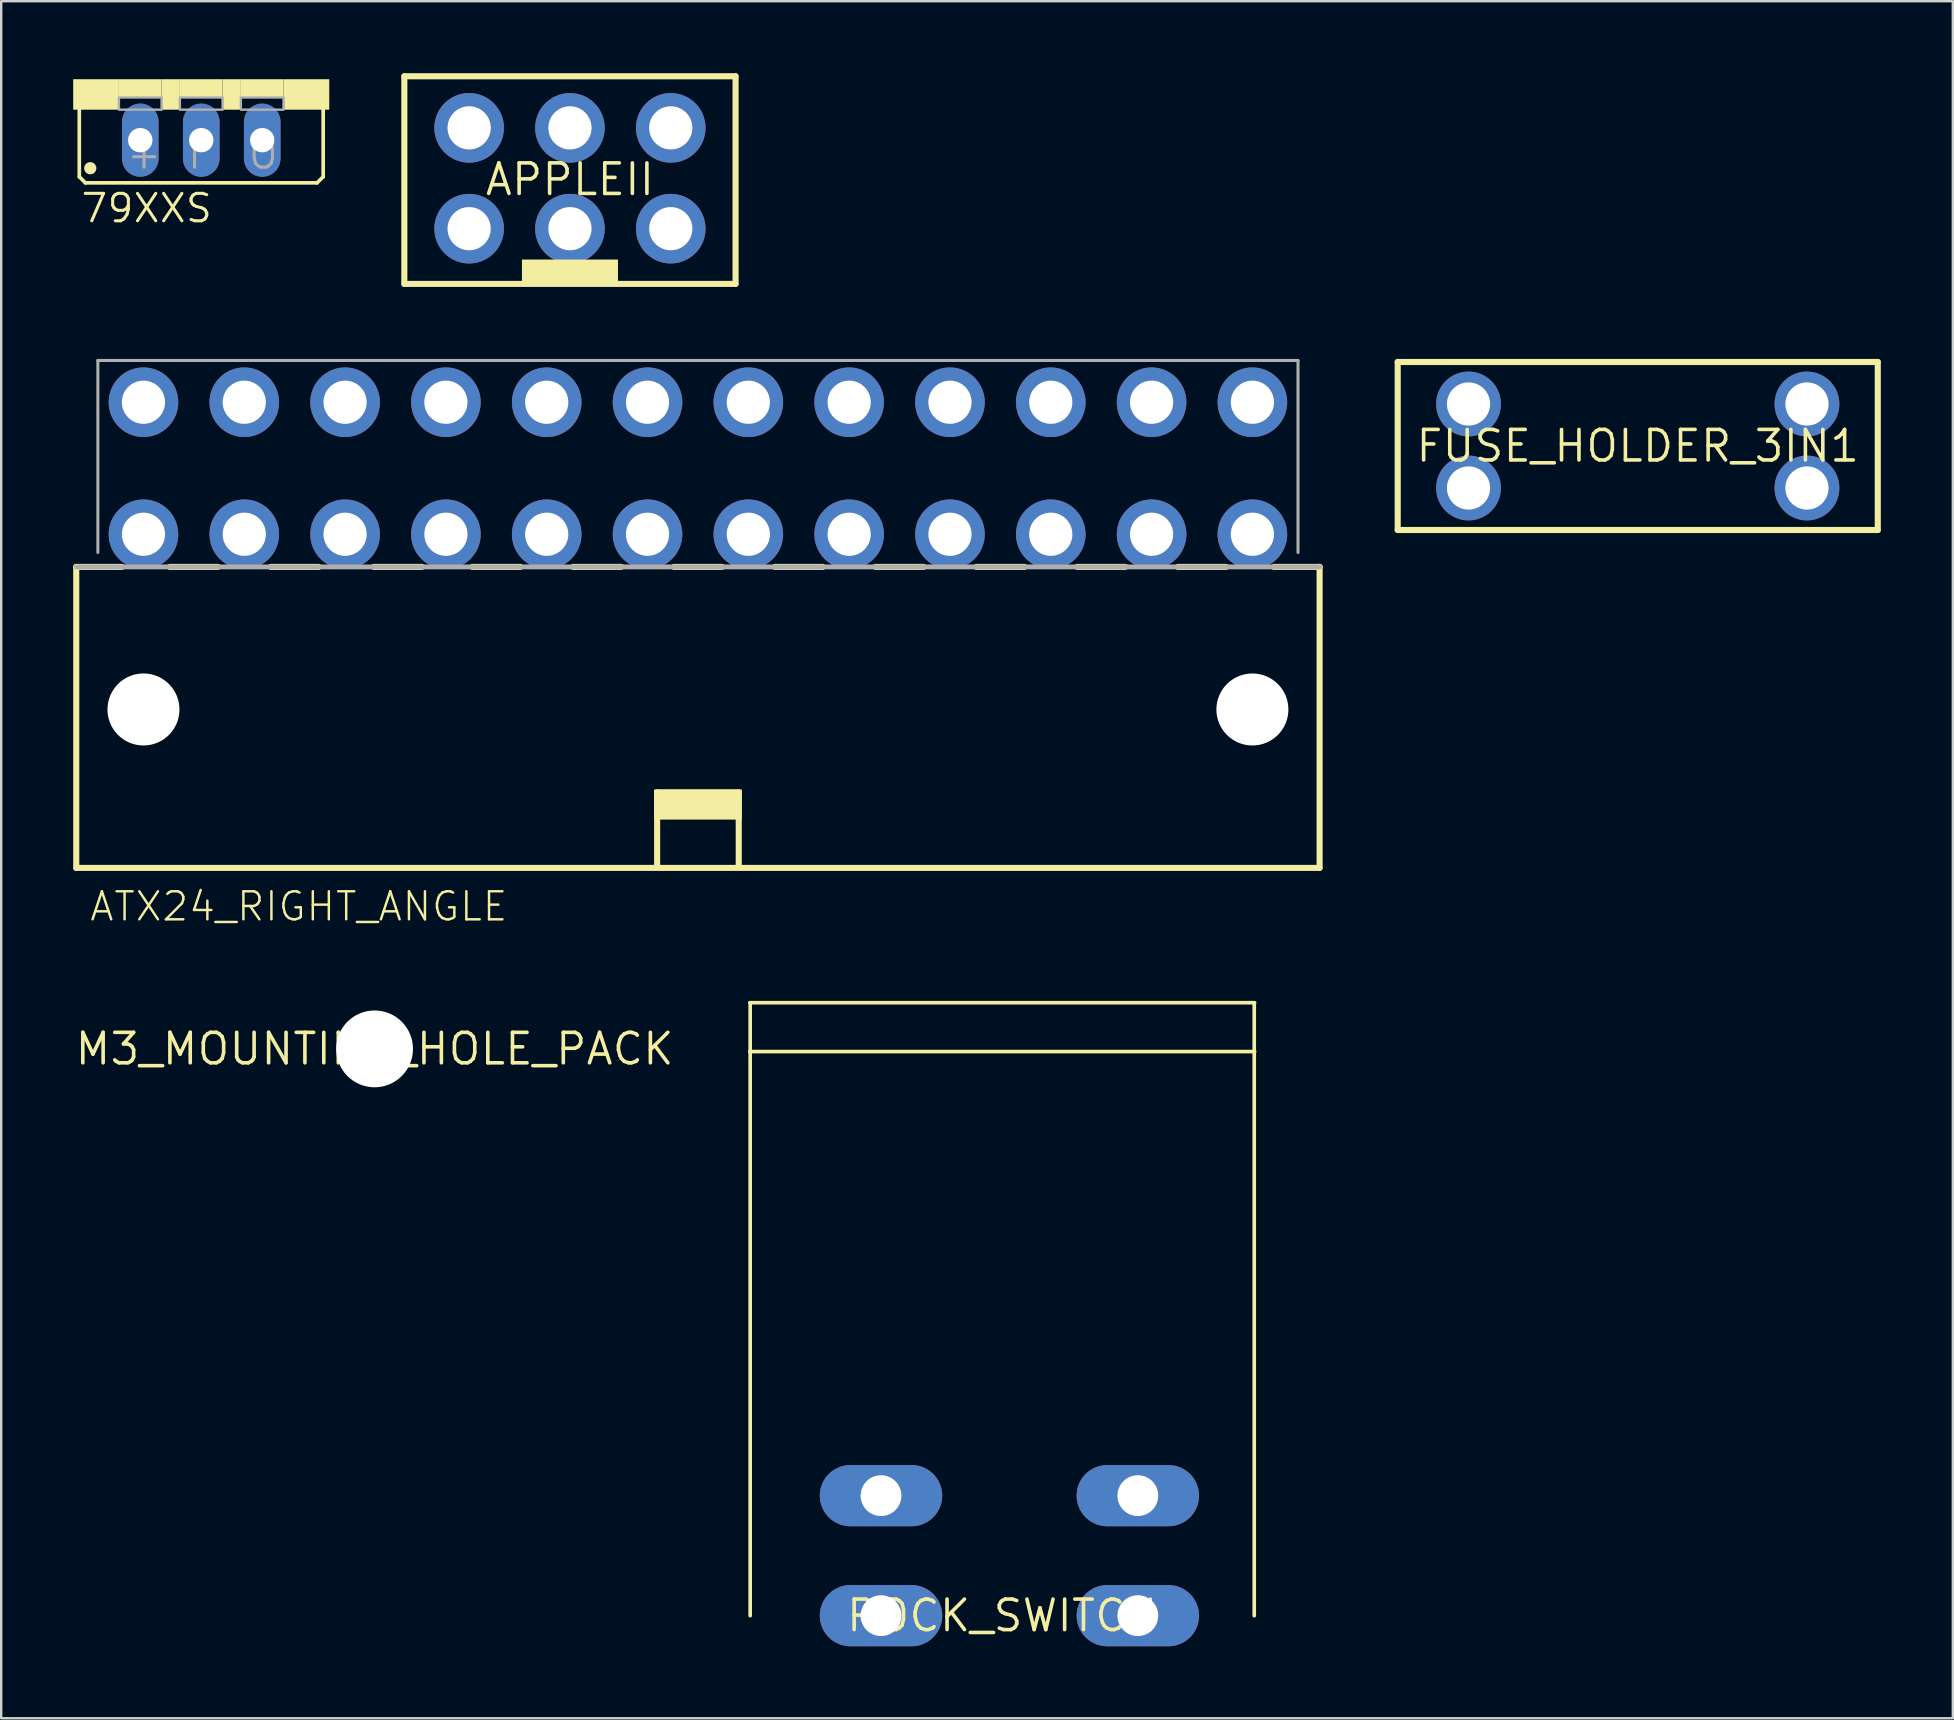
<source format=kicad_pcb>
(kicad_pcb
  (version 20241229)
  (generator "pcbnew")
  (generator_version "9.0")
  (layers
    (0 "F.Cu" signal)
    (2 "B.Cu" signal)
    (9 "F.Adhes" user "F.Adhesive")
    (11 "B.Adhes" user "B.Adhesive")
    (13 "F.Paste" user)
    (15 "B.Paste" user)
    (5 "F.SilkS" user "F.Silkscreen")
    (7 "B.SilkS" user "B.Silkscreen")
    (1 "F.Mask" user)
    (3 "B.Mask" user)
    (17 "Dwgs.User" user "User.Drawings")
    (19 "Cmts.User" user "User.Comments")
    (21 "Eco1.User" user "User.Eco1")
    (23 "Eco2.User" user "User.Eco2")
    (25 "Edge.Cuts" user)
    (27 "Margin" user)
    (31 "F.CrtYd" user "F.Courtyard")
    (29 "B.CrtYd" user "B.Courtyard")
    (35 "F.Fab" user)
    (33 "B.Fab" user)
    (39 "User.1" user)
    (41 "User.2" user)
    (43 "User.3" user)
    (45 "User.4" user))
  (footprint "79XXS"
    (layer "F.Cu")
    (at 5.334 0.25)
    (property "Reference" "79XXS" (at -5.08 6.045 0) (layer "F.SilkS") (effects (font (size 1.143 1.143) (thickness 0.127)) (justify left bottom)))
    (fp_line (start -5.08 4.064) (end -5.08 1.143) (stroke (width 0.152) (type solid)) (layer "F.SilkS"))
    (fp_line (start -5.08 4.064) (end -4.826 4.318) (stroke (width 0.152) (type solid)) (layer "F.SilkS"))
    (fp_line (start 4.826 4.318) (end -4.826 4.318) (stroke (width 0.152) (type solid)) (layer "F.SilkS"))
    (fp_line (start 4.826 4.318) (end 5.08 4.064) (stroke (width 0.152) (type solid)) (layer "F.SilkS"))
    (fp_line (start 5.08 1.143) (end 5.08 4.064) (stroke (width 0.152) (type solid)) (layer "F.SilkS"))
    (fp_circle (center -4.623 3.708) (end -4.496 3.708) (stroke (width 0.254) (type solid)) (fill yes) (layer "F.SilkS"))
    (fp_poly (pts (xy -5.334 1.27) (xy -3.429 1.27) (xy -3.429 0) (xy -5.334 0)) (stroke (width 0) (type default)) (fill yes) (layer "F.SilkS"))
    (fp_poly (pts (xy -3.429 0.762) (xy -1.651 0.762) (xy -1.651 0) (xy -3.429 0)) (stroke (width 0) (type default)) (fill yes) (layer "F.SilkS"))
    (fp_poly (pts (xy -1.651 1.27) (xy -0.889 1.27) (xy -0.889 0) (xy -1.651 0)) (stroke (width 0) (type default)) (fill yes) (layer "F.SilkS"))
    (fp_poly (pts (xy -0.889 0.762) (xy 0.889 0.762) (xy 0.889 0) (xy -0.889 0)) (stroke (width 0) (type default)) (fill yes) (layer "F.SilkS"))
    (fp_poly (pts (xy 0.889 1.27) (xy 1.651 1.27) (xy 1.651 0) (xy 0.889 0)) (stroke (width 0) (type default)) (fill yes) (layer "F.SilkS"))
    (fp_poly (pts (xy 1.651 0.762) (xy 3.429 0.762) (xy 3.429 0) (xy 1.651 0)) (stroke (width 0) (type default)) (fill yes) (layer "F.SilkS"))
    (fp_poly (pts (xy 3.429 1.27) (xy 5.334 1.27) (xy 5.334 0) (xy 3.429 0)) (stroke (width 0) (type default)) (fill yes) (layer "F.SilkS"))
    (fp_poly (pts (xy -3.429 1.27) (xy -1.651 1.27) (xy -1.651 0.762) (xy -3.429 0.762)) (stroke (width 0.1) (type default)) (fill no) (layer "F.Fab"))
    (fp_poly (pts (xy -0.889 1.27) (xy 0.889 1.27) (xy 0.889 0.762) (xy -0.889 0.762)) (stroke (width 0.1) (type default)) (fill no) (layer "F.Fab"))
    (fp_poly (pts (xy 1.651 1.27) (xy 3.429 1.27) (xy 3.429 0.762) (xy 1.651 0.762)) (stroke (width 0.1) (type default)) (fill no) (layer "F.Fab"))
    (fp_text user "I" (at -0.635 3.81 0) (layer "F.Fab") (effects (font (size 1.143 1.143) (thickness 0.127)) (justify left bottom)))
    (fp_text user "+" (at -3.175 3.81 0) (layer "F.Fab") (effects (font (size 1.143 1.143) (thickness 0.127)) (justify left bottom)))
    (fp_text user "O" (at 1.905 3.81 0) (layer "F.Fab") (effects (font (size 1.143 1.143) (thickness 0.127)) (justify left bottom)))
    (pad "GND" thru_hole oval (at -2.54 2.54 90) (size 3.048 1.524) (drill 1.016) (layers "*.Cu" "*.Mask"))
    (pad "IN" thru_hole oval (at 0 2.54 90) (size 3.048 1.524) (drill 1.016) (layers "*.Cu" "*.Mask"))
    (pad "OUT" thru_hole oval (at 2.54 2.54 90) (size 3.048 1.524) (drill 1.016) (layers "*.Cu" "*.Mask")))
  (footprint "FUSE_HOLDER_3IN1"
    (layer "F.Cu")
    (at 65.181 15.531)
    (property "Reference" "FUSE_HOLDER_3IN1" (at 0 0 0) (layer "F.SilkS") (effects (font (size 1.27 1.27) (thickness 0.15))))
    (fp_line (start -10 -3.5) (end 10 -3.5) (stroke (width 0.254) (type solid)) (layer "F.SilkS"))
    (fp_line (start -10 3.5) (end -10 -3.5) (stroke (width 0.254) (type solid)) (layer "F.SilkS"))
    (fp_line (start -10 3.5) (end 10 3.5) (stroke (width 0.254) (type solid)) (layer "F.SilkS"))
    (fp_line (start 10 3.5) (end 10 -3.5) (stroke (width 0.254) (type solid)) (layer "F.SilkS"))
    (pad "A0" thru_hole circle (at -7.05 -1.75) (size 2.7 2.7) (drill 1.8) (layers "*.Cu" "*.Mask"))
    (pad "A1" thru_hole circle (at -7.05 1.75) (size 2.7 2.7) (drill 1.8) (layers "*.Cu" "*.Mask"))
    (pad "B0" thru_hole circle (at 7.05 -1.75) (size 2.7 2.7) (drill 1.8) (layers "*.Cu" "*.Mask"))
    (pad "B1" thru_hole circle (at 7.05 1.75) (size 2.7 2.7) (drill 1.8) (layers "*.Cu" "*.Mask")))
  (footprint "ATX24_RIGHT_ANGLE"
    (layer "F.Cu")
    (at 26.027 23.968)
    (property "Reference" "ATX24_RIGHT_ANGLE" (at -25.4 11.43 0) (layer "F.SilkS") (effects (font (size 1.168 1.168) (thickness 0.102)) (justify left bottom)))
    (fp_line (start -25.9 -3.4) (end -25.9 9.14) (stroke (width 0.254) (type solid)) (layer "F.SilkS"))
    (fp_line (start -25.9 -3.4) (end -24 -3.4) (stroke (width 0.254) (type solid)) (layer "F.SilkS"))
    (fp_line (start -25.9 9.14) (end 25.9 9.14) (stroke (width 0.254) (type solid)) (layer "F.SilkS"))
    (fp_line (start -20 -3.4) (end -22 -3.4) (stroke (width 0.254) (type solid)) (layer "F.SilkS"))
    (fp_line (start -15.8 -3.4) (end -17.8 -3.4) (stroke (width 0.254) (type solid)) (layer "F.SilkS"))
    (fp_line (start -11.5 -3.4) (end -13.5 -3.4) (stroke (width 0.254) (type solid)) (layer "F.SilkS"))
    (fp_line (start -7.4 -3.4) (end -9.4 -3.4) (stroke (width 0.254) (type solid)) (layer "F.SilkS"))
    (fp_line (start -3.2 -3.4) (end -5.2 -3.4) (stroke (width 0.254) (type solid)) (layer "F.SilkS"))
    (fp_line (start -1.7 6) (end 1.7 6) (stroke (width 0.254) (type solid)) (layer "F.SilkS"))
    (fp_line (start -1.7 9) (end -1.7 6) (stroke (width 0.254) (type solid)) (layer "F.SilkS"))
    (fp_line (start 1 -3.4) (end -1 -3.4) (stroke (width 0.254) (type solid)) (layer "F.SilkS"))
    (fp_line (start 1.7 6) (end 1.7 9) (stroke (width 0.254) (type solid)) (layer "F.SilkS"))
    (fp_line (start 5.2 -3.4) (end 3.2 -3.4) (stroke (width 0.254) (type solid)) (layer "F.SilkS"))
    (fp_line (start 9.4 -3.4) (end 7.4 -3.4) (stroke (width 0.254) (type solid)) (layer "F.SilkS"))
    (fp_line (start 13.6 -3.4) (end 11.6 -3.4) (stroke (width 0.254) (type solid)) (layer "F.SilkS"))
    (fp_line (start 17.8 -3.4) (end 15.8 -3.4) (stroke (width 0.254) (type solid)) (layer "F.SilkS"))
    (fp_line (start 22 -3.4) (end 20 -3.4) (stroke (width 0.254) (type solid)) (layer "F.SilkS"))
    (fp_line (start 25.9 -3.4) (end 24 -3.4) (stroke (width 0.254) (type solid)) (layer "F.SilkS"))
    (fp_line (start 25.9 9.14) (end 25.9 -3.4) (stroke (width 0.254) (type solid)) (layer "F.SilkS"))
    (fp_poly (pts (xy 1.827 7.127) (xy -1.827 7.127) (xy -1.827 5.873) (xy 1.827 5.873)) (stroke (width 0) (type default)) (fill yes) (layer "F.SilkS"))
    (fp_line (start -25 -12) (end 25 -12) (stroke (width 0.127) (type solid)) (layer "F.Fab"))
    (fp_line (start -25 -4) (end -25 -12) (stroke (width 0.127) (type solid)) (layer "F.Fab"))
    (fp_line (start 25 -12) (end 25 -4) (stroke (width 0.127) (type solid)) (layer "F.Fab"))
    (fp_line (start 25.9 -3.4) (end -25.9 -3.4) (stroke (width 0.203) (type solid)) (layer "F.Fab"))
    (pad "" np_thru_hole circle (at -23.1 2.54) (size 3 3) (drill 3) (layers "*.Cu" "*.Mask"))
    (pad "" np_thru_hole circle (at 23.1 2.54) (size 3 3) (drill 3) (layers "*.Cu" "*.Mask"))
    (pad "1" thru_hole circle (at 23.1 -4.76 180) (size 2.9 2.9) (drill 1.8) (layers "*.Cu" "*.Mask"))
    (pad "2" thru_hole circle (at 18.9 -4.76 180) (size 2.9 2.9) (drill 1.8) (layers "*.Cu" "*.Mask"))
    (pad "3" thru_hole circle (at 14.7 -4.76 180) (size 2.9 2.9) (drill 1.8) (layers "*.Cu" "*.Mask"))
    (pad "4" thru_hole circle (at 10.5 -4.76 180) (size 2.9 2.9) (drill 1.8) (layers "*.Cu" "*.Mask"))
    (pad "5" thru_hole circle (at 6.3 -4.76 180) (size 2.9 2.9) (drill 1.8) (layers "*.Cu" "*.Mask"))
    (pad "6" thru_hole circle (at 2.1 -4.76 180) (size 2.9 2.9) (drill 1.8) (layers "*.Cu" "*.Mask"))
    (pad "7" thru_hole circle (at -2.1 -4.76 180) (size 2.9 2.9) (drill 1.8) (layers "*.Cu" "*.Mask"))
    (pad "8" thru_hole circle (at -6.3 -4.76 180) (size 2.9 2.9) (drill 1.8) (layers "*.Cu" "*.Mask"))
    (pad "9" thru_hole circle (at -10.5 -4.76 180) (size 2.9 2.9) (drill 1.8) (layers "*.Cu" "*.Mask"))
    (pad "10" thru_hole circle (at -14.7 -4.76 180) (size 2.9 2.9) (drill 1.8) (layers "*.Cu" "*.Mask"))
    (pad "11" thru_hole circle (at -18.9 -4.76 180) (size 2.9 2.9) (drill 1.8) (layers "*.Cu" "*.Mask"))
    (pad "12" thru_hole circle (at -23.1 -4.76 180) (size 2.9 2.9) (drill 1.8) (layers "*.Cu" "*.Mask"))
    (pad "13" thru_hole circle (at 23.1 -10.26 180) (size 2.9 2.9) (drill 1.8) (layers "*.Cu" "*.Mask"))
    (pad "14" thru_hole circle (at 18.9 -10.26 180) (size 2.9 2.9) (drill 1.8) (layers "*.Cu" "*.Mask"))
    (pad "15" thru_hole circle (at 14.7 -10.26 180) (size 2.9 2.9) (drill 1.8) (layers "*.Cu" "*.Mask"))
    (pad "16" thru_hole circle (at 10.5 -10.26 180) (size 2.9 2.9) (drill 1.8) (layers "*.Cu" "*.Mask"))
    (pad "17" thru_hole circle (at 6.3 -10.26 180) (size 2.9 2.9) (drill 1.8) (layers "*.Cu" "*.Mask"))
    (pad "18" thru_hole circle (at 2.1 -10.26 180) (size 2.9 2.9) (drill 1.8) (layers "*.Cu" "*.Mask"))
    (pad "19" thru_hole circle (at -2.1 -10.26 180) (size 2.9 2.9) (drill 1.8) (layers "*.Cu" "*.Mask"))
    (pad "20" thru_hole circle (at -6.3 -10.26 180) (size 2.9 2.9) (drill 1.8) (layers "*.Cu" "*.Mask"))
    (pad "21" thru_hole circle (at -10.5 -10.26 180) (size 2.9 2.9) (drill 1.8) (layers "*.Cu" "*.Mask"))
    (pad "22" thru_hole circle (at -14.7 -10.26 180) (size 2.9 2.9) (drill 1.8) (layers "*.Cu" "*.Mask"))
    (pad "23" thru_hole circle (at -18.9 -10.26 180) (size 2.9 2.9) (drill 1.8) (layers "*.Cu" "*.Mask"))
    (pad "24" thru_hole circle (at -23.1 -10.26 180) (size 2.9 2.9) (drill 1.8) (layers "*.Cu" "*.Mask")))
  (footprint "M3_MOUNTING_HOLE_PACK"
    (layer "F.Cu")
    (at 12.556 40.648)
    (property "Reference" "M3_MOUNTING_HOLE_PACK" (at 0 0 0) (layer "F.SilkS") (effects (font (size 1.27 1.27) (thickness 0.15))))
    (pad "" np_thru_hole circle (at 0 0) (size 3.2 3.2) (drill 3.2) (layers "*.Cu" "*.Mask"))
    (zone (net_name "") (layer "F.Cu") (hatch edge 0.5) (connect_pads) (min_thickness 0.25) (filled_areas_thickness no) (keepout (tracks not_allowed) (vias not_allowed) (pads not_allowed) (copperpour not_allowed) (footprints allowed)) (placement (enabled no)) (fill) (polygon (pts (xy 14.556 40.648) (xy 14.536 40.363) (xy 14.475 40.084) (xy 14.375 39.817) (xy 14.239 39.567) (xy 14.068 39.338) (xy 13.866 39.136) (xy 13.637 38.965) (xy 13.387 38.829) (xy 13.12 38.729) (xy 12.841 38.668) (xy 12.556 38.648) (xy 12.271 38.668) (xy 11.993 38.729) (xy 11.725 38.829) (xy 11.475 38.965) (xy 11.246 39.136) (xy 11.045 39.338) (xy 10.874 39.567) (xy 10.737 39.817) (xy 10.637 40.084) (xy 10.576 40.363) (xy 10.556 40.648) (xy 10.576 40.933) (xy 10.637 41.211) (xy 10.737 41.479) (xy 10.874 41.729) (xy 11.045 41.958) (xy 11.246 42.159) (xy 11.475 42.33) (xy 11.725 42.467) (xy 11.993 42.567) (xy 12.271 42.628) (xy 12.556 42.648) (xy 12.841 42.628) (xy 13.12 42.567) (xy 13.387 42.467) (xy 13.637 42.33) (xy 13.866 42.159) (xy 14.068 41.958) (xy 14.239 41.729) (xy 14.375 41.479) (xy 14.475 41.211) (xy 14.536 40.933))))
    (zone (net_name "") (layer "B.Cu") (hatch edge 0.5) (connect_pads) (min_thickness 0.25) (filled_areas_thickness no) (keepout (tracks not_allowed) (vias not_allowed) (pads not_allowed) (copperpour not_allowed) (footprints allowed)) (placement (enabled no)) (fill) (polygon (pts (xy 14.556 40.648) (xy 14.536 40.363) (xy 14.475 40.084) (xy 14.375 39.817) (xy 14.239 39.567) (xy 14.068 39.338) (xy 13.866 39.136) (xy 13.637 38.965) (xy 13.387 38.829) (xy 13.12 38.729) (xy 12.841 38.668) (xy 12.556 38.648) (xy 12.271 38.668) (xy 11.993 38.729) (xy 11.725 38.829) (xy 11.475 38.965) (xy 11.246 39.136) (xy 11.045 39.338) (xy 10.874 39.567) (xy 10.737 39.817) (xy 10.637 40.084) (xy 10.576 40.363) (xy 10.556 40.648) (xy 10.576 40.933) (xy 10.637 41.211) (xy 10.737 41.479) (xy 10.874 41.729) (xy 11.045 41.958) (xy 11.246 42.159) (xy 11.475 42.33) (xy 11.725 42.467) (xy 11.993 42.567) (xy 12.271 42.628) (xy 12.556 42.648) (xy 12.841 42.628) (xy 13.12 42.567) (xy 13.387 42.467) (xy 13.637 42.33) (xy 13.866 42.159) (xy 14.068 41.958) (xy 14.239 41.729) (xy 14.375 41.479) (xy 14.475 41.211) (xy 14.536 40.933)))))
  (footprint "ROCK_SWITCH"
    (layer "F.Cu")
    (at 38.704 64.261)
    (property "Reference" "ROCK_SWITCH" (at 0 0 0) (layer "F.SilkS") (effects (font (size 1.27 1.27) (thickness 0.15))))
    (fp_line (start -10.516 -25.536) (end 10.516 -25.536) (stroke (width 0.152) (type solid)) (layer "F.SilkS"))
    (fp_line (start -10.516 -23.5) (end 10.516 -23.5) (stroke (width 0.152) (type solid)) (layer "F.SilkS"))
    (fp_line (start -10.5 0) (end -10.5 -25.5) (stroke (width 0.152) (type solid)) (layer "F.SilkS"))
    (fp_line (start 10.5 0) (end 10.5 -25.5) (stroke (width 0.152) (type solid)) (layer "F.SilkS"))
    (pad "P$1" thru_hole oval (at -5.05 0) (size 5.1 2.55) (drill 1.7) (layers "*.Cu" "*.Mask"))
    (pad "P$2" thru_hole oval (at 5.65 0) (size 5.1 2.55) (drill 1.7) (layers "*.Cu" "*.Mask"))
    (pad "P$3" thru_hole oval (at -5.05 -5) (size 5.1 2.55) (drill 1.7) (layers "*.Cu" "*.Mask"))
    (pad "P$4" thru_hole oval (at 5.65 -5) (size 5.1 2.55) (drill 1.7) (layers "*.Cu" "*.Mask")))
  (footprint "APPLEII"
    (layer "F.Cu")
    (at 20.695 4.427)
    (property "Reference" "APPLEII" (at 0 0 0) (layer "F.SilkS") (effects (font (size 1.27 1.27) (thickness 0.15))))
    (fp_line (start -6.9 -4.3) (end -6.9 4.35) (stroke (width 0.254) (type solid)) (layer "F.SilkS"))
    (fp_line (start -6.9 -4.3) (end 6.9 -4.3) (stroke (width 0.254) (type solid)) (layer "F.SilkS"))
    (fp_line (start -6.9 4.35) (end 6.9 4.35) (stroke (width 0.254) (type solid)) (layer "F.SilkS"))
    (fp_line (start 6.9 -4.3) (end 6.9 4.35) (stroke (width 0.254) (type solid)) (layer "F.SilkS"))
    (fp_poly (pts (xy -2 4.336) (xy 2 4.336) (xy 2 3.336) (xy -2 3.336)) (stroke (width 0) (type default)) (fill yes) (layer "F.SilkS"))
    (pad "1" thru_hole circle (at 4.2 2.05 180) (size 2.9 2.9) (drill 1.8) (layers "*.Cu" "*.Mask"))
    (pad "2" thru_hole circle (at 4.2 -2.15 180) (size 2.9 2.9) (drill 1.8) (layers "*.Cu" "*.Mask"))
    (pad "3" thru_hole circle (at 0 2.05 180) (size 2.9 2.9) (drill 1.8) (layers "*.Cu" "*.Mask"))
    (pad "4" thru_hole circle (at 0 -2.15 180) (size 2.9 2.9) (drill 1.8) (layers "*.Cu" "*.Mask"))
    (pad "5" thru_hole circle (at -4.2 2.05 180) (size 2.9 2.9) (drill 1.8) (layers "*.Cu" "*.Mask"))
    (pad "6" thru_hole circle (at -4.2 -2.15 180) (size 2.9 2.9) (drill 1.8) (layers "*.Cu" "*.Mask")))
  (gr_rect
    (start -3 -3)
    (end 78.308 68.536)
    (stroke (width 0.1) (type default))
    (fill no)
    (layer "Edge.Cuts")))
</source>
